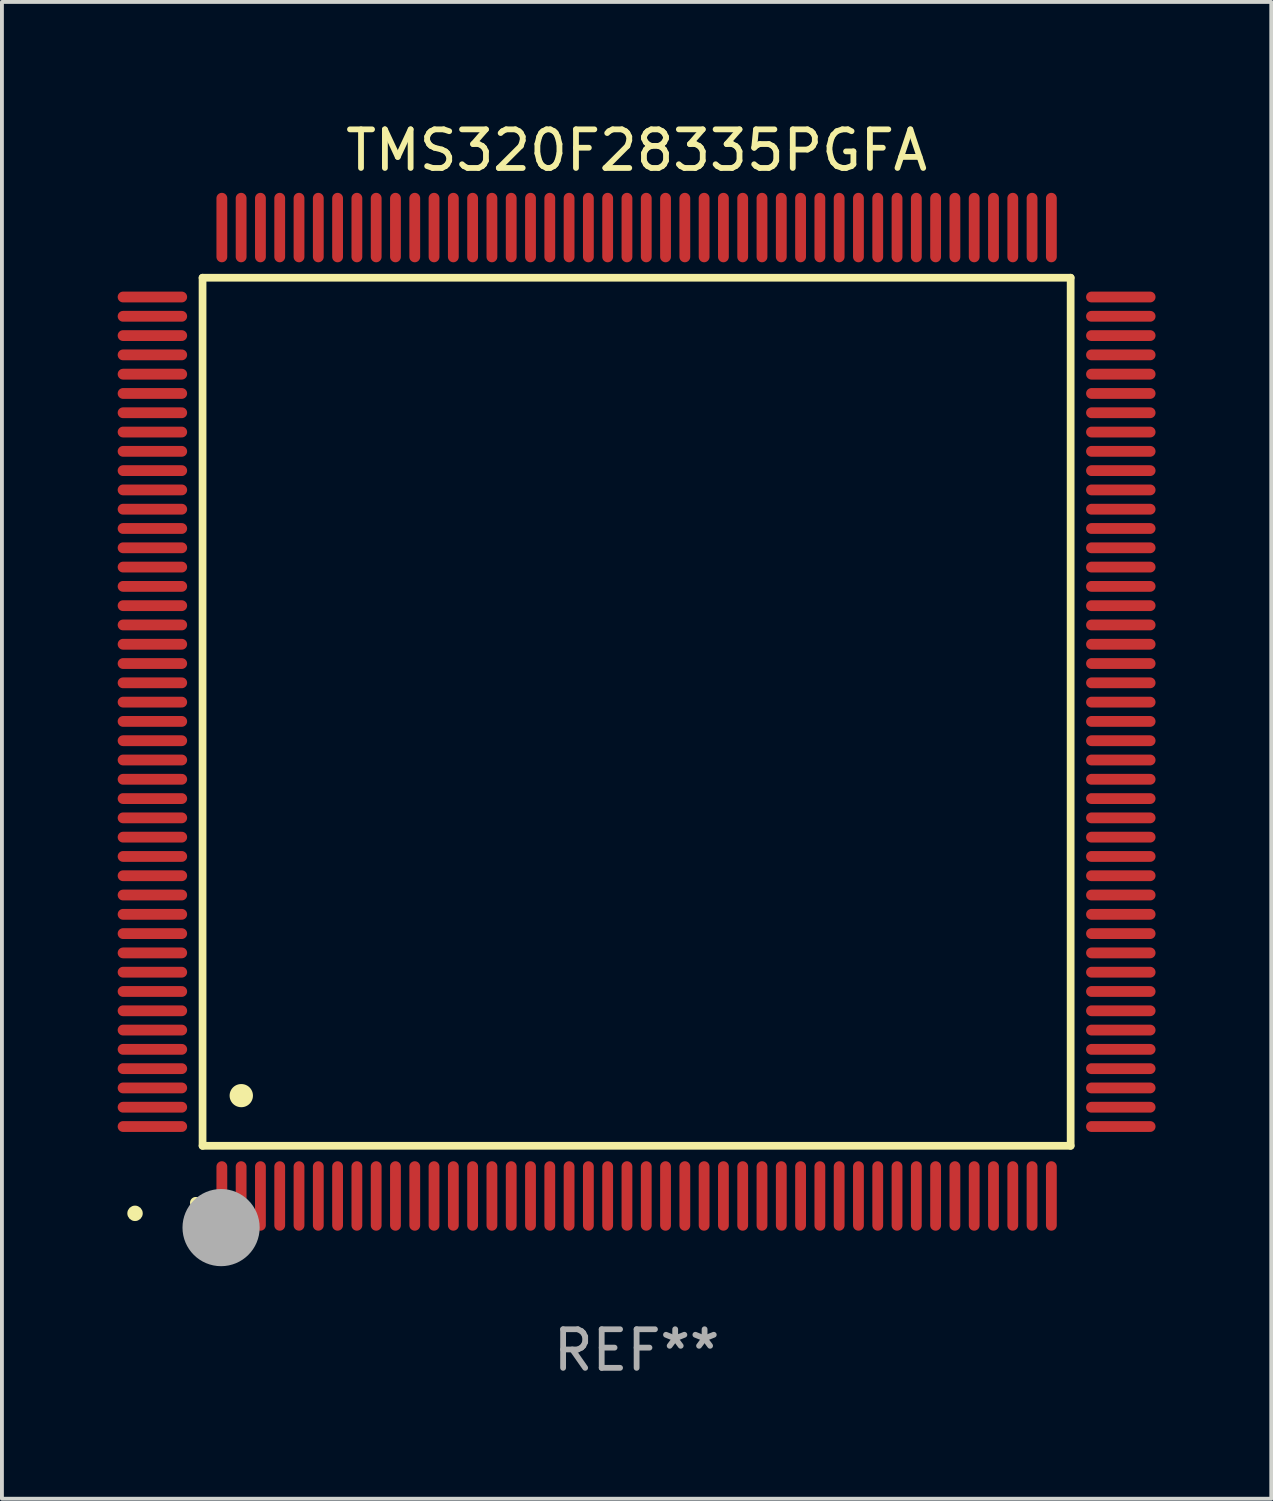
<source format=kicad_pcb>
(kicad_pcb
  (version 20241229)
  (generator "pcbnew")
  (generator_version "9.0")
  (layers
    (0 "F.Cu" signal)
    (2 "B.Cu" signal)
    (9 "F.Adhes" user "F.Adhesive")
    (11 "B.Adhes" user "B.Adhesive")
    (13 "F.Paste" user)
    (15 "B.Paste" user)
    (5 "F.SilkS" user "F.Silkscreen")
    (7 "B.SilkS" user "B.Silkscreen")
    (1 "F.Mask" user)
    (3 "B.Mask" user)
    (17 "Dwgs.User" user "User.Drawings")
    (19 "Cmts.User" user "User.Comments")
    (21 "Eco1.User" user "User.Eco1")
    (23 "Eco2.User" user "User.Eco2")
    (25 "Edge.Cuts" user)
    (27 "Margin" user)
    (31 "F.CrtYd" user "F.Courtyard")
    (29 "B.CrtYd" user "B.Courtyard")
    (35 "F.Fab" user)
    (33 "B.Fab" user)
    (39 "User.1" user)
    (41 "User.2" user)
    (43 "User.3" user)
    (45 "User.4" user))
  (footprint "TMS320F28335PGFA"
    (layer "F.Cu")
    (at 13.45 15.398)
    (property "Reference" "TMS320F28335PGFA" (at 0 -14.55 0) (layer "F.SilkS") (effects (font (size 1 1) (thickness 0.15))))
    (attr through_hole)
    (fp_line (start -11.25 -11.25) (end 11.25 -11.25) (stroke (width 0.2) (type solid)) (layer "F.SilkS"))
    (fp_line (start -11.25 11.25) (end -11.25 -11.25) (stroke (width 0.2) (type solid)) (layer "F.SilkS"))
    (fp_line (start 11.25 -11.25) (end 11.25 11.25) (stroke (width 0.2) (type solid)) (layer "F.SilkS"))
    (fp_line (start 11.25 11.25) (end -11.25 11.25) (stroke (width 0.2) (type solid)) (layer "F.SilkS"))
    (fp_arc (start -11.424943 12.725425) (mid -11.423673 12.72542) (end -11.422403 12.725425) (stroke (width 0.3) (type solid)) (layer "F.SilkS"))
    (fp_arc (start -10.24892 9.9492) (mid -10.24638 9.949189) (end -10.24384 9.9492) (stroke (width 0.6) (type solid)) (layer "F.SilkS"))
    (fp_circle (center -13 13) (end -12.9 13) (stroke (width 0.2) (type solid)) (fill no) (layer "F.SilkS"))
    (fp_circle (center -10.77 13.37) (end -10.27 13.37) (stroke (width 1) (type solid)) (fill no) (layer "F.Fab"))
    (fp_text user "REF**" (at 0 16.55 0) (layer "F.Fab") (effects (font (size 1 1) (thickness 0.15))))
    (pad "1" smd oval (at -10.75 12.55) (size 0.28 1.8) (layers "F.Cu" "F.Mask" "F.Paste"))
    (pad "2" smd oval (at -10.25 12.55) (size 0.28 1.8) (layers "F.Cu" "F.Mask" "F.Paste"))
    (pad "3" smd oval (at -9.75 12.55) (size 0.28 1.8) (layers "F.Cu" "F.Mask" "F.Paste"))
    (pad "4" smd oval (at -9.25 12.55) (size 0.28 1.8) (layers "F.Cu" "F.Mask" "F.Paste"))
    (pad "5" smd oval (at -8.75 12.55) (size 0.28 1.8) (layers "F.Cu" "F.Mask" "F.Paste"))
    (pad "6" smd oval (at -8.25 12.55) (size 0.28 1.8) (layers "F.Cu" "F.Mask" "F.Paste"))
    (pad "7" smd oval (at -7.75 12.55) (size 0.28 1.8) (layers "F.Cu" "F.Mask" "F.Paste"))
    (pad "8" smd oval (at -7.25 12.55) (size 0.28 1.8) (layers "F.Cu" "F.Mask" "F.Paste"))
    (pad "9" smd oval (at -6.75 12.55) (size 0.28 1.8) (layers "F.Cu" "F.Mask" "F.Paste"))
    (pad "10" smd oval (at -6.25 12.55) (size 0.28 1.8) (layers "F.Cu" "F.Mask" "F.Paste"))
    (pad "11" smd oval (at -5.75 12.55) (size 0.28 1.8) (layers "F.Cu" "F.Mask" "F.Paste"))
    (pad "12" smd oval (at -5.25 12.55) (size 0.28 1.8) (layers "F.Cu" "F.Mask" "F.Paste"))
    (pad "13" smd oval (at -4.75 12.55) (size 0.28 1.8) (layers "F.Cu" "F.Mask" "F.Paste"))
    (pad "14" smd oval (at -4.25 12.55) (size 0.28 1.8) (layers "F.Cu" "F.Mask" "F.Paste"))
    (pad "15" smd oval (at -3.75 12.55) (size 0.28 1.8) (layers "F.Cu" "F.Mask" "F.Paste"))
    (pad "16" smd oval (at -3.25 12.55) (size 0.28 1.8) (layers "F.Cu" "F.Mask" "F.Paste"))
    (pad "17" smd oval (at -2.75 12.55) (size 0.28 1.8) (layers "F.Cu" "F.Mask" "F.Paste"))
    (pad "18" smd oval (at -2.25 12.55) (size 0.28 1.8) (layers "F.Cu" "F.Mask" "F.Paste"))
    (pad "19" smd oval (at -1.75 12.55) (size 0.28 1.8) (layers "F.Cu" "F.Mask" "F.Paste"))
    (pad "20" smd oval (at -1.25 12.55) (size 0.28 1.8) (layers "F.Cu" "F.Mask" "F.Paste"))
    (pad "21" smd oval (at -0.75 12.55) (size 0.28 1.8) (layers "F.Cu" "F.Mask" "F.Paste"))
    (pad "22" smd oval (at -0.25 12.55) (size 0.28 1.8) (layers "F.Cu" "F.Mask" "F.Paste"))
    (pad "23" smd oval (at 0.25 12.55) (size 0.28 1.8) (layers "F.Cu" "F.Mask" "F.Paste"))
    (pad "24" smd oval (at 0.75 12.55) (size 0.28 1.8) (layers "F.Cu" "F.Mask" "F.Paste"))
    (pad "25" smd oval (at 1.25 12.55) (size 0.28 1.8) (layers "F.Cu" "F.Mask" "F.Paste"))
    (pad "26" smd oval (at 1.75 12.55) (size 0.28 1.8) (layers "F.Cu" "F.Mask" "F.Paste"))
    (pad "27" smd oval (at 2.25 12.55) (size 0.28 1.8) (layers "F.Cu" "F.Mask" "F.Paste"))
    (pad "28" smd oval (at 2.75 12.55) (size 0.28 1.8) (layers "F.Cu" "F.Mask" "F.Paste"))
    (pad "29" smd oval (at 3.25 12.55) (size 0.28 1.8) (layers "F.Cu" "F.Mask" "F.Paste"))
    (pad "30" smd oval (at 3.75 12.55) (size 0.28 1.8) (layers "F.Cu" "F.Mask" "F.Paste"))
    (pad "31" smd oval (at 4.25 12.55) (size 0.28 1.8) (layers "F.Cu" "F.Mask" "F.Paste"))
    (pad "32" smd oval (at 4.75 12.55) (size 0.28 1.8) (layers "F.Cu" "F.Mask" "F.Paste"))
    (pad "33" smd oval (at 5.25 12.55) (size 0.28 1.8) (layers "F.Cu" "F.Mask" "F.Paste"))
    (pad "34" smd oval (at 5.75 12.55) (size 0.28 1.8) (layers "F.Cu" "F.Mask" "F.Paste"))
    (pad "35" smd oval (at 6.25 12.55) (size 0.28 1.8) (layers "F.Cu" "F.Mask" "F.Paste"))
    (pad "36" smd oval (at 6.75 12.55) (size 0.28 1.8) (layers "F.Cu" "F.Mask" "F.Paste"))
    (pad "37" smd oval (at 7.25 12.55) (size 0.28 1.8) (layers "F.Cu" "F.Mask" "F.Paste"))
    (pad "38" smd oval (at 7.75 12.55) (size 0.28 1.8) (layers "F.Cu" "F.Mask" "F.Paste"))
    (pad "39" smd oval (at 8.25 12.55) (size 0.28 1.8) (layers "F.Cu" "F.Mask" "F.Paste"))
    (pad "40" smd oval (at 8.75 12.55) (size 0.28 1.8) (layers "F.Cu" "F.Mask" "F.Paste"))
    (pad "41" smd oval (at 9.25 12.55) (size 0.28 1.8) (layers "F.Cu" "F.Mask" "F.Paste"))
    (pad "42" smd oval (at 9.75 12.55) (size 0.28 1.8) (layers "F.Cu" "F.Mask" "F.Paste"))
    (pad "43" smd oval (at 10.25 12.55) (size 0.28 1.8) (layers "F.Cu" "F.Mask" "F.Paste"))
    (pad "44" smd oval (at 10.75 12.55) (size 0.28 1.8) (layers "F.Cu" "F.Mask" "F.Paste"))
    (pad "45" smd oval (at 12.55 10.75) (size 1.8 0.28) (layers "F.Cu" "F.Mask" "F.Paste"))
    (pad "46" smd oval (at 12.55 10.25) (size 1.8 0.28) (layers "F.Cu" "F.Mask" "F.Paste"))
    (pad "47" smd oval (at 12.55 9.75) (size 1.8 0.28) (layers "F.Cu" "F.Mask" "F.Paste"))
    (pad "48" smd oval (at 12.55 9.25) (size 1.8 0.28) (layers "F.Cu" "F.Mask" "F.Paste"))
    (pad "49" smd oval (at 12.55 8.75) (size 1.8 0.28) (layers "F.Cu" "F.Mask" "F.Paste"))
    (pad "50" smd oval (at 12.55 8.25) (size 1.8 0.28) (layers "F.Cu" "F.Mask" "F.Paste"))
    (pad "51" smd oval (at 12.55 7.75) (size 1.8 0.28) (layers "F.Cu" "F.Mask" "F.Paste"))
    (pad "52" smd oval (at 12.55 7.25) (size 1.8 0.28) (layers "F.Cu" "F.Mask" "F.Paste"))
    (pad "53" smd oval (at 12.55 6.75) (size 1.8 0.28) (layers "F.Cu" "F.Mask" "F.Paste"))
    (pad "54" smd oval (at 12.55 6.25) (size 1.8 0.28) (layers "F.Cu" "F.Mask" "F.Paste"))
    (pad "55" smd oval (at 12.55 5.75) (size 1.8 0.28) (layers "F.Cu" "F.Mask" "F.Paste"))
    (pad "56" smd oval (at 12.55 5.25) (size 1.8 0.28) (layers "F.Cu" "F.Mask" "F.Paste"))
    (pad "57" smd oval (at 12.55 4.75) (size 1.8 0.28) (layers "F.Cu" "F.Mask" "F.Paste"))
    (pad "58" smd oval (at 12.55 4.25) (size 1.8 0.28) (layers "F.Cu" "F.Mask" "F.Paste"))
    (pad "59" smd oval (at 12.55 3.75) (size 1.8 0.28) (layers "F.Cu" "F.Mask" "F.Paste"))
    (pad "60" smd oval (at 12.55 3.25) (size 1.8 0.28) (layers "F.Cu" "F.Mask" "F.Paste"))
    (pad "61" smd oval (at 12.55 2.75) (size 1.8 0.28) (layers "F.Cu" "F.Mask" "F.Paste"))
    (pad "62" smd oval (at 12.55 2.25) (size 1.8 0.28) (layers "F.Cu" "F.Mask" "F.Paste"))
    (pad "63" smd oval (at 12.55 1.75) (size 1.8 0.28) (layers "F.Cu" "F.Mask" "F.Paste"))
    (pad "64" smd oval (at 12.55 1.25) (size 1.8 0.28) (layers "F.Cu" "F.Mask" "F.Paste"))
    (pad "65" smd oval (at 12.55 0.75) (size 1.8 0.28) (layers "F.Cu" "F.Mask" "F.Paste"))
    (pad "66" smd oval (at 12.55 0.25) (size 1.8 0.28) (layers "F.Cu" "F.Mask" "F.Paste"))
    (pad "67" smd oval (at 12.55 -0.25) (size 1.8 0.28) (layers "F.Cu" "F.Mask" "F.Paste"))
    (pad "68" smd oval (at 12.55 -0.75) (size 1.8 0.28) (layers "F.Cu" "F.Mask" "F.Paste"))
    (pad "69" smd oval (at 12.55 -1.25) (size 1.8 0.28) (layers "F.Cu" "F.Mask" "F.Paste"))
    (pad "70" smd oval (at 12.55 -1.75) (size 1.8 0.28) (layers "F.Cu" "F.Mask" "F.Paste"))
    (pad "71" smd oval (at 12.55 -2.25) (size 1.8 0.28) (layers "F.Cu" "F.Mask" "F.Paste"))
    (pad "72" smd oval (at 12.55 -2.75) (size 1.8 0.28) (layers "F.Cu" "F.Mask" "F.Paste"))
    (pad "73" smd oval (at 12.55 -3.25) (size 1.8 0.28) (layers "F.Cu" "F.Mask" "F.Paste"))
    (pad "74" smd oval (at 12.55 -3.75) (size 1.8 0.28) (layers "F.Cu" "F.Mask" "F.Paste"))
    (pad "75" smd oval (at 12.55 -4.25) (size 1.8 0.28) (layers "F.Cu" "F.Mask" "F.Paste"))
    (pad "76" smd oval (at 12.55 -4.75) (size 1.8 0.28) (layers "F.Cu" "F.Mask" "F.Paste"))
    (pad "77" smd oval (at 12.55 -5.25) (size 1.8 0.28) (layers "F.Cu" "F.Mask" "F.Paste"))
    (pad "78" smd oval (at 12.55 -5.75) (size 1.8 0.28) (layers "F.Cu" "F.Mask" "F.Paste"))
    (pad "79" smd oval (at 12.55 -6.25) (size 1.8 0.28) (layers "F.Cu" "F.Mask" "F.Paste"))
    (pad "80" smd oval (at 12.55 -6.75) (size 1.8 0.28) (layers "F.Cu" "F.Mask" "F.Paste"))
    (pad "81" smd oval (at 12.55 -7.25) (size 1.8 0.28) (layers "F.Cu" "F.Mask" "F.Paste"))
    (pad "82" smd oval (at 12.55 -7.75) (size 1.8 0.28) (layers "F.Cu" "F.Mask" "F.Paste"))
    (pad "83" smd oval (at 12.55 -8.25) (size 1.8 0.28) (layers "F.Cu" "F.Mask" "F.Paste"))
    (pad "84" smd oval (at 12.55 -8.75) (size 1.8 0.28) (layers "F.Cu" "F.Mask" "F.Paste"))
    (pad "85" smd oval (at 12.55 -9.25) (size 1.8 0.28) (layers "F.Cu" "F.Mask" "F.Paste"))
    (pad "86" smd oval (at 12.55 -9.75) (size 1.8 0.28) (layers "F.Cu" "F.Mask" "F.Paste"))
    (pad "87" smd oval (at 12.55 -10.25) (size 1.8 0.28) (layers "F.Cu" "F.Mask" "F.Paste"))
    (pad "88" smd oval (at 12.55 -10.75) (size 1.8 0.28) (layers "F.Cu" "F.Mask" "F.Paste"))
    (pad "89" smd oval (at 10.75 -12.55) (size 0.28 1.8) (layers "F.Cu" "F.Mask" "F.Paste"))
    (pad "90" smd oval (at 10.25 -12.55) (size 0.28 1.8) (layers "F.Cu" "F.Mask" "F.Paste"))
    (pad "91" smd oval (at 9.75 -12.55) (size 0.28 1.8) (layers "F.Cu" "F.Mask" "F.Paste"))
    (pad "92" smd oval (at 9.25 -12.55) (size 0.28 1.8) (layers "F.Cu" "F.Mask" "F.Paste"))
    (pad "93" smd oval (at 8.75 -12.55) (size 0.28 1.8) (layers "F.Cu" "F.Mask" "F.Paste"))
    (pad "94" smd oval (at 8.25 -12.55) (size 0.28 1.8) (layers "F.Cu" "F.Mask" "F.Paste"))
    (pad "95" smd oval (at 7.75 -12.55) (size 0.28 1.8) (layers "F.Cu" "F.Mask" "F.Paste"))
    (pad "96" smd oval (at 7.25 -12.55) (size 0.28 1.8) (layers "F.Cu" "F.Mask" "F.Paste"))
    (pad "97" smd oval (at 6.75 -12.55) (size 0.28 1.8) (layers "F.Cu" "F.Mask" "F.Paste"))
    (pad "98" smd oval (at 6.25 -12.55) (size 0.28 1.8) (layers "F.Cu" "F.Mask" "F.Paste"))
    (pad "99" smd oval (at 5.75 -12.55) (size 0.28 1.8) (layers "F.Cu" "F.Mask" "F.Paste"))
    (pad "100" smd oval (at 5.25 -12.55) (size 0.28 1.8) (layers "F.Cu" "F.Mask" "F.Paste"))
    (pad "101" smd oval (at 4.75 -12.55) (size 0.28 1.8) (layers "F.Cu" "F.Mask" "F.Paste"))
    (pad "102" smd oval (at 4.25 -12.55) (size 0.28 1.8) (layers "F.Cu" "F.Mask" "F.Paste"))
    (pad "103" smd oval (at 3.75 -12.55) (size 0.28 1.8) (layers "F.Cu" "F.Mask" "F.Paste"))
    (pad "104" smd oval (at 3.25 -12.55) (size 0.28 1.8) (layers "F.Cu" "F.Mask" "F.Paste"))
    (pad "105" smd oval (at 2.75 -12.55) (size 0.28 1.8) (layers "F.Cu" "F.Mask" "F.Paste"))
    (pad "106" smd oval (at 2.25 -12.55) (size 0.28 1.8) (layers "F.Cu" "F.Mask" "F.Paste"))
    (pad "107" smd oval (at 1.75 -12.55) (size 0.28 1.8) (layers "F.Cu" "F.Mask" "F.Paste"))
    (pad "108" smd oval (at 1.25 -12.55) (size 0.28 1.8) (layers "F.Cu" "F.Mask" "F.Paste"))
    (pad "109" smd oval (at 0.75 -12.55) (size 0.28 1.8) (layers "F.Cu" "F.Mask" "F.Paste"))
    (pad "110" smd oval (at 0.25 -12.55) (size 0.28 1.8) (layers "F.Cu" "F.Mask" "F.Paste"))
    (pad "111" smd oval (at -0.25 -12.55) (size 0.28 1.8) (layers "F.Cu" "F.Mask" "F.Paste"))
    (pad "112" smd oval (at -0.75 -12.55) (size 0.28 1.8) (layers "F.Cu" "F.Mask" "F.Paste"))
    (pad "113" smd oval (at -1.25 -12.55) (size 0.28 1.8) (layers "F.Cu" "F.Mask" "F.Paste"))
    (pad "114" smd oval (at -1.75 -12.55) (size 0.28 1.8) (layers "F.Cu" "F.Mask" "F.Paste"))
    (pad "115" smd oval (at -2.25 -12.55) (size 0.28 1.8) (layers "F.Cu" "F.Mask" "F.Paste"))
    (pad "116" smd oval (at -2.75 -12.55) (size 0.28 1.8) (layers "F.Cu" "F.Mask" "F.Paste"))
    (pad "117" smd oval (at -3.25 -12.55) (size 0.28 1.8) (layers "F.Cu" "F.Mask" "F.Paste"))
    (pad "118" smd oval (at -3.75 -12.55) (size 0.28 1.8) (layers "F.Cu" "F.Mask" "F.Paste"))
    (pad "119" smd oval (at -4.25 -12.55) (size 0.28 1.8) (layers "F.Cu" "F.Mask" "F.Paste"))
    (pad "120" smd oval (at -4.75 -12.55) (size 0.28 1.8) (layers "F.Cu" "F.Mask" "F.Paste"))
    (pad "121" smd oval (at -5.25 -12.55) (size 0.28 1.8) (layers "F.Cu" "F.Mask" "F.Paste"))
    (pad "122" smd oval (at -5.75 -12.55) (size 0.28 1.8) (layers "F.Cu" "F.Mask" "F.Paste"))
    (pad "123" smd oval (at -6.25 -12.55) (size 0.28 1.8) (layers "F.Cu" "F.Mask" "F.Paste"))
    (pad "124" smd oval (at -6.75 -12.55) (size 0.28 1.8) (layers "F.Cu" "F.Mask" "F.Paste"))
    (pad "125" smd oval (at -7.25 -12.55) (size 0.28 1.8) (layers "F.Cu" "F.Mask" "F.Paste"))
    (pad "126" smd oval (at -7.75 -12.55) (size 0.28 1.8) (layers "F.Cu" "F.Mask" "F.Paste"))
    (pad "127" smd oval (at -8.25 -12.55) (size 0.28 1.8) (layers "F.Cu" "F.Mask" "F.Paste"))
    (pad "128" smd oval (at -8.75 -12.55) (size 0.28 1.8) (layers "F.Cu" "F.Mask" "F.Paste"))
    (pad "129" smd oval (at -9.25 -12.55) (size 0.28 1.8) (layers "F.Cu" "F.Mask" "F.Paste"))
    (pad "130" smd oval (at -9.75 -12.55) (size 0.28 1.8) (layers "F.Cu" "F.Mask" "F.Paste"))
    (pad "131" smd oval (at -10.25 -12.55) (size 0.28 1.8) (layers "F.Cu" "F.Mask" "F.Paste"))
    (pad "132" smd oval (at -10.75 -12.55) (size 0.28 1.8) (layers "F.Cu" "F.Mask" "F.Paste"))
    (pad "133" smd oval (at -12.55 -10.75) (size 1.8 0.28) (layers "F.Cu" "F.Mask" "F.Paste"))
    (pad "134" smd oval (at -12.55 -10.25) (size 1.8 0.28) (layers "F.Cu" "F.Mask" "F.Paste"))
    (pad "135" smd oval (at -12.55 -9.75) (size 1.8 0.28) (layers "F.Cu" "F.Mask" "F.Paste"))
    (pad "136" smd oval (at -12.55 -9.25) (size 1.8 0.28) (layers "F.Cu" "F.Mask" "F.Paste"))
    (pad "137" smd oval (at -12.55 -8.75) (size 1.8 0.28) (layers "F.Cu" "F.Mask" "F.Paste"))
    (pad "138" smd oval (at -12.55 -8.25) (size 1.8 0.28) (layers "F.Cu" "F.Mask" "F.Paste"))
    (pad "139" smd oval (at -12.55 -7.75) (size 1.8 0.28) (layers "F.Cu" "F.Mask" "F.Paste"))
    (pad "140" smd oval (at -12.55 -7.25) (size 1.8 0.28) (layers "F.Cu" "F.Mask" "F.Paste"))
    (pad "141" smd oval (at -12.55 -6.75) (size 1.8 0.28) (layers "F.Cu" "F.Mask" "F.Paste"))
    (pad "142" smd oval (at -12.55 -6.25) (size 1.8 0.28) (layers "F.Cu" "F.Mask" "F.Paste"))
    (pad "143" smd oval (at -12.55 -5.75) (size 1.8 0.28) (layers "F.Cu" "F.Mask" "F.Paste"))
    (pad "144" smd oval (at -12.55 -5.25) (size 1.8 0.28) (layers "F.Cu" "F.Mask" "F.Paste"))
    (pad "145" smd oval (at -12.55 -4.75) (size 1.8 0.28) (layers "F.Cu" "F.Mask" "F.Paste"))
    (pad "146" smd oval (at -12.55 -4.25) (size 1.8 0.28) (layers "F.Cu" "F.Mask" "F.Paste"))
    (pad "147" smd oval (at -12.55 -3.75) (size 1.8 0.28) (layers "F.Cu" "F.Mask" "F.Paste"))
    (pad "148" smd oval (at -12.55 -3.25) (size 1.8 0.28) (layers "F.Cu" "F.Mask" "F.Paste"))
    (pad "149" smd oval (at -12.55 -2.75) (size 1.8 0.28) (layers "F.Cu" "F.Mask" "F.Paste"))
    (pad "150" smd oval (at -12.55 -2.25) (size 1.8 0.28) (layers "F.Cu" "F.Mask" "F.Paste"))
    (pad "151" smd oval (at -12.55 -1.75) (size 1.8 0.28) (layers "F.Cu" "F.Mask" "F.Paste"))
    (pad "152" smd oval (at -12.55 -1.25) (size 1.8 0.28) (layers "F.Cu" "F.Mask" "F.Paste"))
    (pad "153" smd oval (at -12.55 -0.75) (size 1.8 0.28) (layers "F.Cu" "F.Mask" "F.Paste"))
    (pad "154" smd oval (at -12.55 -0.25) (size 1.8 0.28) (layers "F.Cu" "F.Mask" "F.Paste"))
    (pad "155" smd oval (at -12.55 0.25) (size 1.8 0.28) (layers "F.Cu" "F.Mask" "F.Paste"))
    (pad "156" smd oval (at -12.55 0.75) (size 1.8 0.28) (layers "F.Cu" "F.Mask" "F.Paste"))
    (pad "157" smd oval (at -12.55 1.25) (size 1.8 0.28) (layers "F.Cu" "F.Mask" "F.Paste"))
    (pad "158" smd oval (at -12.55 1.75) (size 1.8 0.28) (layers "F.Cu" "F.Mask" "F.Paste"))
    (pad "159" smd oval (at -12.55 2.25) (size 1.8 0.28) (layers "F.Cu" "F.Mask" "F.Paste"))
    (pad "160" smd oval (at -12.55 2.75) (size 1.8 0.28) (layers "F.Cu" "F.Mask" "F.Paste"))
    (pad "161" smd oval (at -12.55 3.25) (size 1.8 0.28) (layers "F.Cu" "F.Mask" "F.Paste"))
    (pad "162" smd oval (at -12.55 3.75) (size 1.8 0.28) (layers "F.Cu" "F.Mask" "F.Paste"))
    (pad "163" smd oval (at -12.55 4.25) (size 1.8 0.28) (layers "F.Cu" "F.Mask" "F.Paste"))
    (pad "164" smd oval (at -12.55 4.75) (size 1.8 0.28) (layers "F.Cu" "F.Mask" "F.Paste"))
    (pad "165" smd oval (at -12.55 5.25) (size 1.8 0.28) (layers "F.Cu" "F.Mask" "F.Paste"))
    (pad "166" smd oval (at -12.55 5.75) (size 1.8 0.28) (layers "F.Cu" "F.Mask" "F.Paste"))
    (pad "167" smd oval (at -12.55 6.25) (size 1.8 0.28) (layers "F.Cu" "F.Mask" "F.Paste"))
    (pad "168" smd oval (at -12.55 6.75) (size 1.8 0.28) (layers "F.Cu" "F.Mask" "F.Paste"))
    (pad "169" smd oval (at -12.55 7.25) (size 1.8 0.28) (layers "F.Cu" "F.Mask" "F.Paste"))
    (pad "170" smd oval (at -12.55 7.75) (size 1.8 0.28) (layers "F.Cu" "F.Mask" "F.Paste"))
    (pad "171" smd oval (at -12.55 8.25) (size 1.8 0.28) (layers "F.Cu" "F.Mask" "F.Paste"))
    (pad "172" smd oval (at -12.55 8.75) (size 1.8 0.28) (layers "F.Cu" "F.Mask" "F.Paste"))
    (pad "173" smd oval (at -12.55 9.25) (size 1.8 0.28) (layers "F.Cu" "F.Mask" "F.Paste"))
    (pad "174" smd oval (at -12.55 9.75) (size 1.8 0.28) (layers "F.Cu" "F.Mask" "F.Paste"))
    (pad "175" smd oval (at -12.55 10.25) (size 1.8 0.28) (layers "F.Cu" "F.Mask" "F.Paste"))
    (pad "176" smd oval (at -12.55 10.75) (size 1.8 0.28) (layers "F.Cu" "F.Mask" "F.Paste")))
  (gr_rect
    (start -3 -3)
    (end 29.9 35.796)
    (stroke (width 0.1) (type default))
    (fill no)
    (layer "Edge.Cuts")))
</source>
